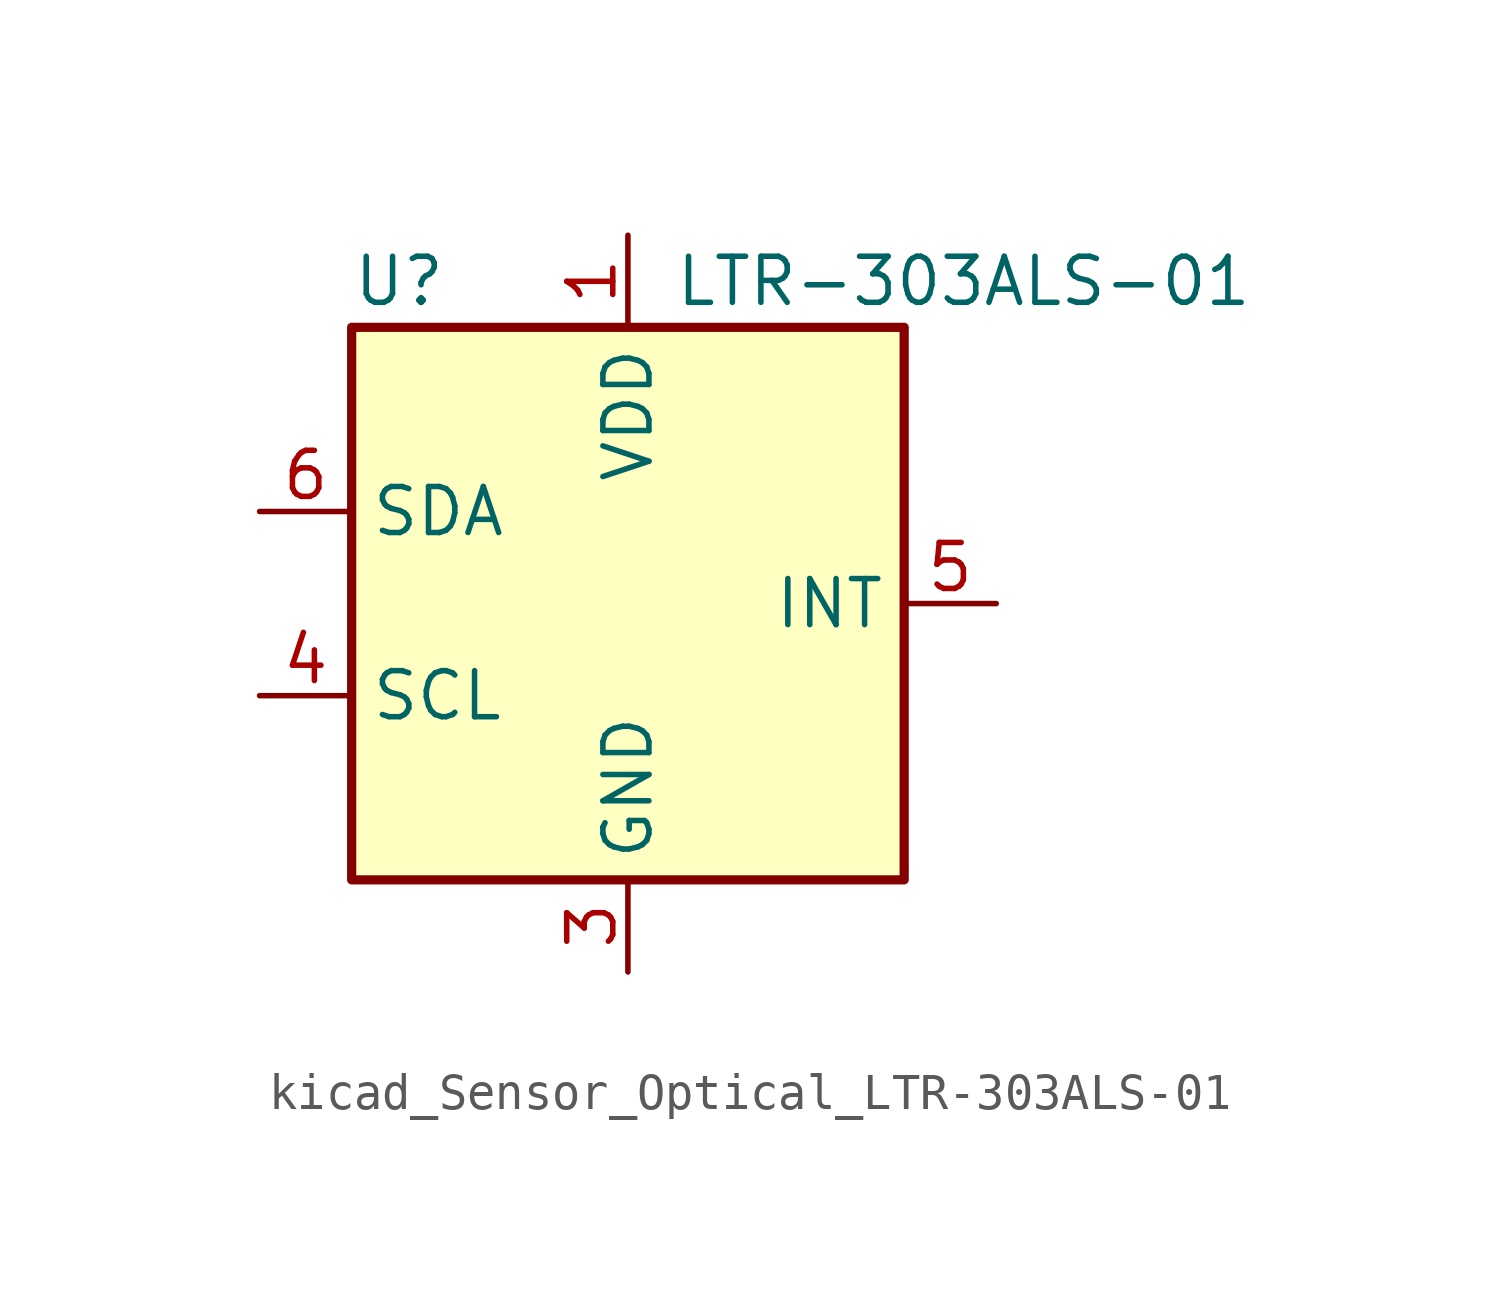
<source format=kicad_sym>
(kicad_symbol_lib
  (version 20220914)
  (generator kicad_symbol_editor)
  (symbol "kicad_Sensor_Optical_LTR-303ALS-01"
    (property "Reference" "U"
      (at -7.62 8.89 0)
      (effects (font (size 1.27 1.27)) (justify left)))
    (property "Value" "LTR-303ALS-01"
      (at 1.27 8.89 0)
      (effects (font (size 1.27 1.27)) (justify left)))
    (symbol "kicad_Sensor_Optical_LTR-303ALS-01_0_1"
      (rectangle (start -7.62 7.62) (end 7.62 -7.62) (stroke (width 0.254) (type default)) (fill (type background))))
    (symbol "kicad_Sensor_Optical_LTR-303ALS-01_1_1"
      (pin power_in line (at 0 10.16 270) (length 2.54) (name "VDD" (effects (font (size 1.27 1.27)))) (number "1" (effects (font (size 1.27 1.27)))))
      (pin no_connect line (at 2.54 0 180) (length 2.54) hide (name "NC" (effects (font (size 1.27 1.27)))) (number "2" (effects (font (size 1.27 1.27)))))
      (pin power_in line (at 0 -10.16 90) (length 2.54) (name "GND" (effects (font (size 1.27 1.27)))) (number "3" (effects (font (size 1.27 1.27)))))
      (pin input line (at -10.16 -2.54 0) (length 2.54) (name "SCL" (effects (font (size 1.27 1.27)))) (number "4" (effects (font (size 1.27 1.27)))))
      (pin open_collector line (at 10.16 0 180) (length 2.54) (name "INT" (effects (font (size 1.27 1.27)))) (number "5" (effects (font (size 1.27 1.27)))))
      (pin bidirectional line (at -10.16 2.54 0) (length 2.54) (name "SDA" (effects (font (size 1.27 1.27)))) (number "6" (effects (font (size 1.27 1.27))))))))
</source>
